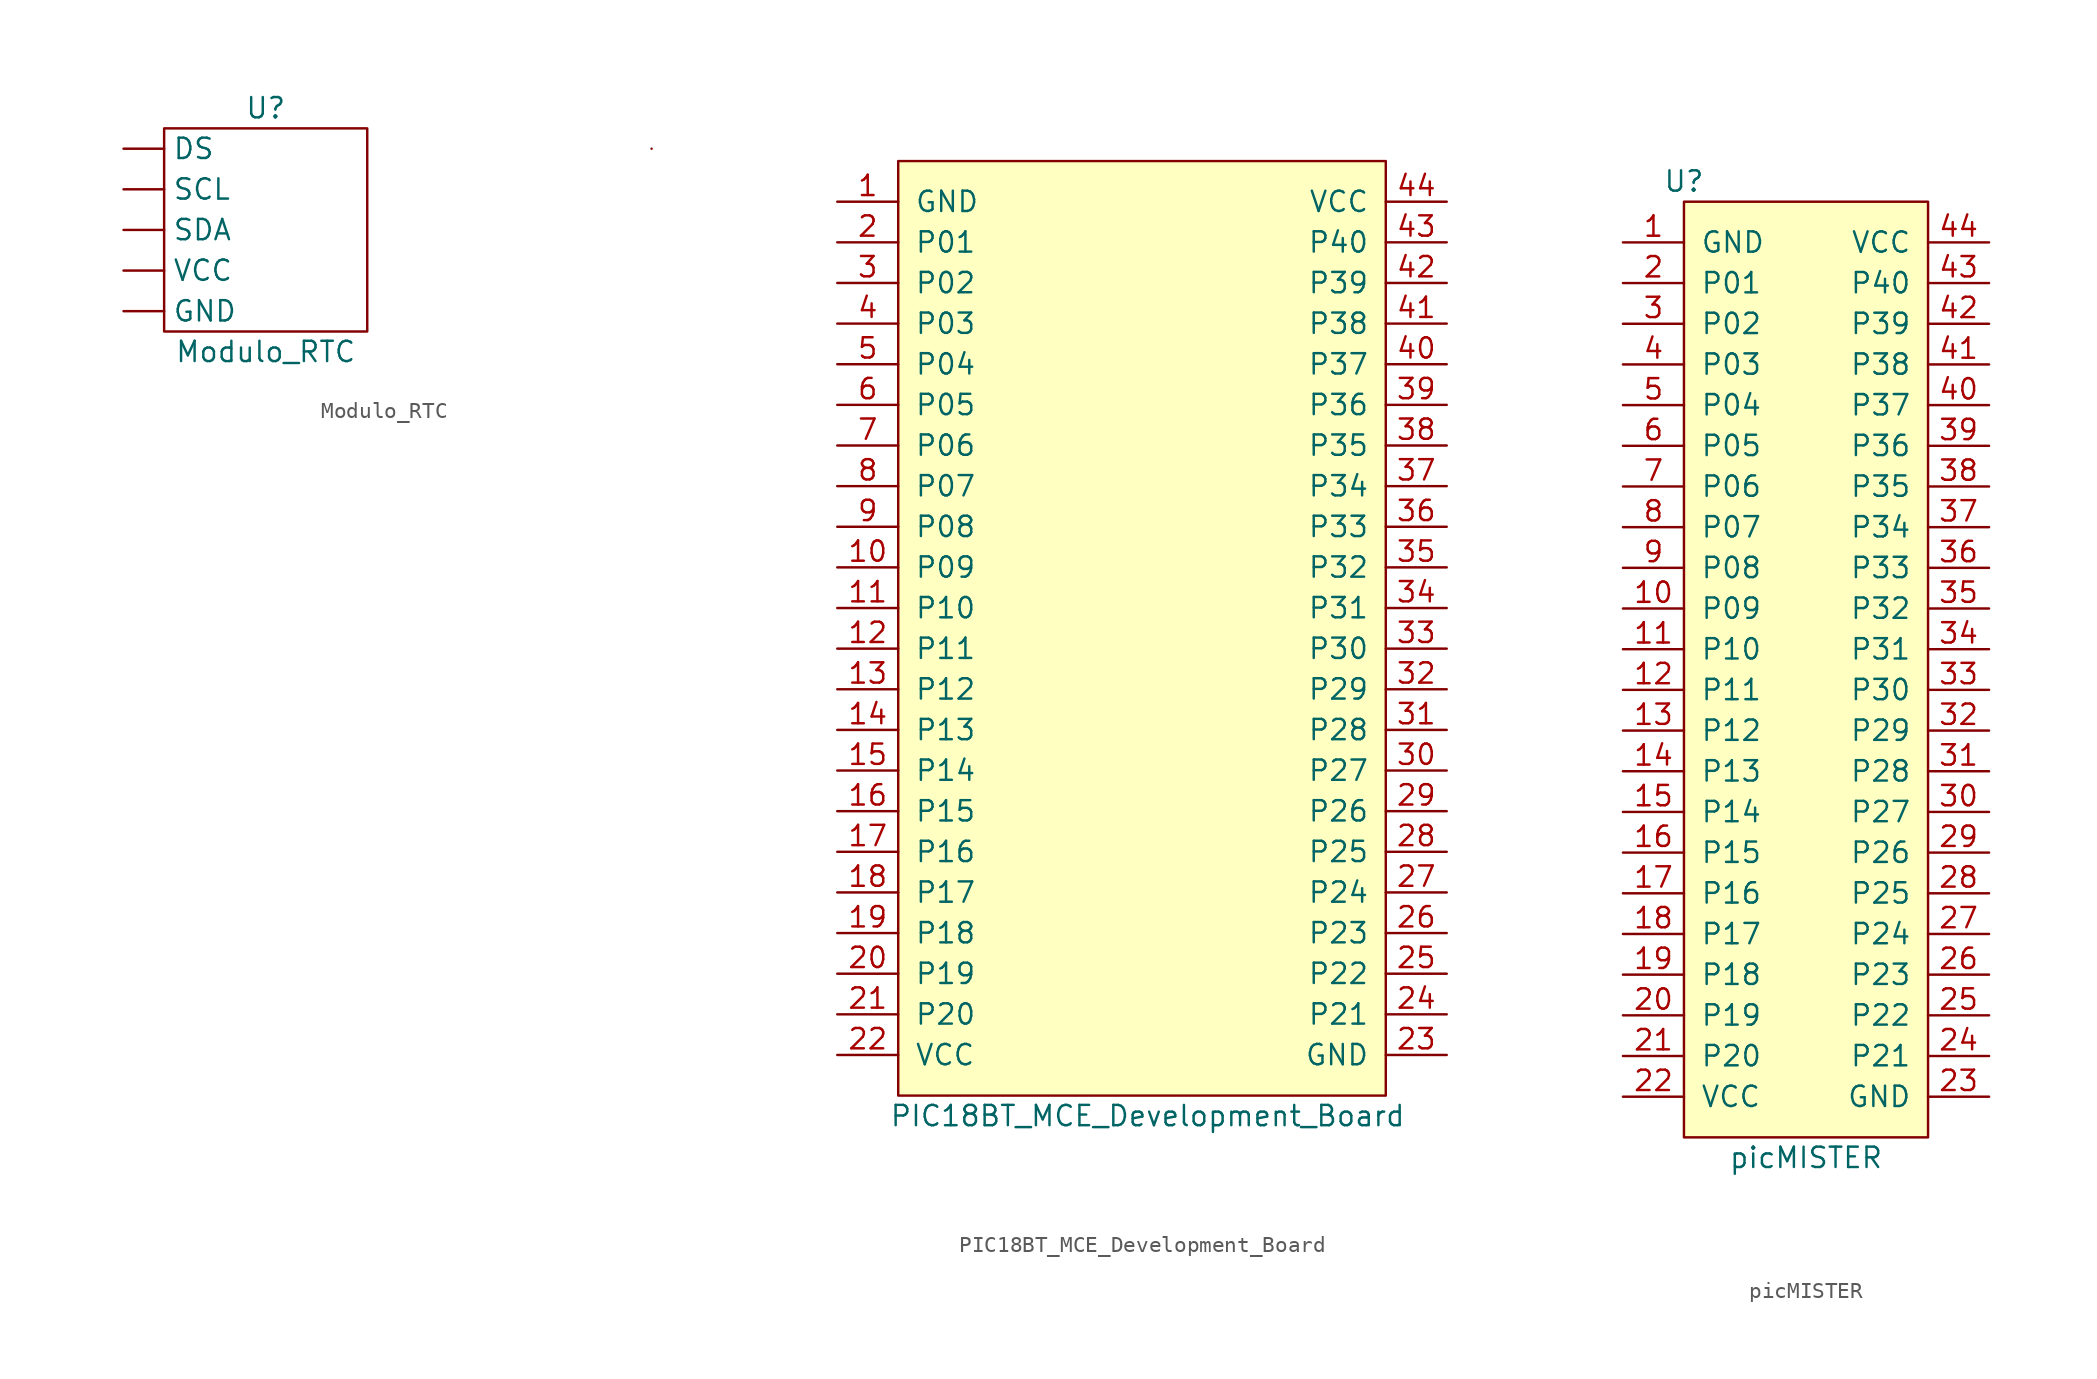
<source format=kicad_sym>
(kicad_symbol_lib
  (version 20211014)
  (generator kicad_symbol_editor)
  (symbol "Modulo_RTC"
    (property "Reference" "U"
      (at 0 8.89 0)
      (effects (font (size 1.27 1.27))))
    (property "Value" "Modulo_RTC"
      (at 0 -6.35 0)
      (effects (font (size 1.27 1.27))))
    (symbol "Modulo_RTC_0_1"
      (rectangle (start -6.35 7.62) (end 6.35 -5.08) (stroke (width 0) (type default) (color 0 0 0 0)) (fill (type none)))
      (rectangle (start 24.13 6.35) (end 24.13 6.35) (stroke (width 0) (type default) (color 0 0 0 0)) (fill (type none))))
    (symbol "Modulo_RTC_1_1"
      (pin output line (at -8.89 6.35 0) (length 2.54) (name "DS" (effects (font (size 1.27 1.27)))) (number "" (effects (font (size 1.27 1.27)))))
      (pin power_in line (at -8.89 -3.81 0) (length 2.54) (name "GND" (effects (font (size 1.27 1.27)))) (number "" (effects (font (size 1.27 1.27)))))
      (pin input line (at -8.89 3.81 0) (length 2.54) (name "SCL" (effects (font (size 1.27 1.27)))) (number "" (effects (font (size 1.27 1.27)))))
      (pin bidirectional line (at -8.89 1.27 0) (length 2.54) (name "SDA" (effects (font (size 1.27 1.27)))) (number "" (effects (font (size 1.27 1.27)))))
      (pin power_in line (at -8.89 -1.27 0) (length 2.54) (name "VCC" (effects (font (size 1.27 1.27)))) (number "" (effects (font (size 1.27 1.27)))))))
  (symbol "PIC18BT_MCE_Development_Board"
    (pin_names
      (offset 1.016))
    (property "Reference" "U?"
      (at -13.97 30.48 0)
      (effects (font (size 1.27 1.27)) hide))
    (property "Value" "PIC18BT_MCE_Development_Board"
      (at 16.51 -30.48 0)
      (effects (font (size 1.27 1.27)) (justify right)))
    (symbol "PIC18BT_MCE_Development_Board_1_1"
      (rectangle (start -15.24 29.21) (end 15.24 -29.21) (stroke (width 0) (type default) (color 0 0 0 0)) (fill (type background)))
      (pin power_in line (at -19.05 26.67 0) (length 3.81) (name "GND" (effects (font (size 1.27 1.27)))) (number "1" (effects (font (size 1.27 1.27)))))
      (pin bidirectional line (at -19.05 3.81 0) (length 3.81) (name "P09" (effects (font (size 1.27 1.27)))) (number "10" (effects (font (size 1.27 1.27)))))
      (pin bidirectional line (at -19.05 1.27 0) (length 3.81) (name "P10" (effects (font (size 1.27 1.27)))) (number "11" (effects (font (size 1.27 1.27)))))
      (pin bidirectional line (at -19.05 -1.27 0) (length 3.81) (name "P11" (effects (font (size 1.27 1.27)))) (number "12" (effects (font (size 1.27 1.27)))))
      (pin bidirectional line (at -19.05 -3.81 0) (length 3.81) (name "P12" (effects (font (size 1.27 1.27)))) (number "13" (effects (font (size 1.27 1.27)))))
      (pin bidirectional line (at -19.05 -6.35 0) (length 3.81) (name "P13" (effects (font (size 1.27 1.27)))) (number "14" (effects (font (size 1.27 1.27)))))
      (pin bidirectional line (at -19.05 -8.89 0) (length 3.81) (name "P14" (effects (font (size 1.27 1.27)))) (number "15" (effects (font (size 1.27 1.27)))))
      (pin bidirectional line (at -19.05 -11.43 0) (length 3.81) (name "P15" (effects (font (size 1.27 1.27)))) (number "16" (effects (font (size 1.27 1.27)))))
      (pin bidirectional line (at -19.05 -13.97 0) (length 3.81) (name "P16" (effects (font (size 1.27 1.27)))) (number "17" (effects (font (size 1.27 1.27)))))
      (pin bidirectional line (at -19.05 -16.51 0) (length 3.81) (name "P17" (effects (font (size 1.27 1.27)))) (number "18" (effects (font (size 1.27 1.27)))))
      (pin bidirectional line (at -19.05 -19.05 0) (length 3.81) (name "P18" (effects (font (size 1.27 1.27)))) (number "19" (effects (font (size 1.27 1.27)))))
      (pin bidirectional line (at -19.05 24.13 0) (length 3.81) (name "P01" (effects (font (size 1.27 1.27)))) (number "2" (effects (font (size 1.27 1.27)))))
      (pin bidirectional line (at -19.05 -21.59 0) (length 3.81) (name "P19" (effects (font (size 1.27 1.27)))) (number "20" (effects (font (size 1.27 1.27)))))
      (pin bidirectional line (at -19.05 -24.13 0) (length 3.81) (name "P20" (effects (font (size 1.27 1.27)))) (number "21" (effects (font (size 1.27 1.27)))))
      (pin power_in line (at -19.05 -26.67 0) (length 3.81) (name "VCC" (effects (font (size 1.27 1.27)))) (number "22" (effects (font (size 1.27 1.27)))))
      (pin power_in line (at 19.05 -26.67 180) (length 3.81) (name "GND" (effects (font (size 1.27 1.27)))) (number "23" (effects (font (size 1.27 1.27)))))
      (pin bidirectional line (at 19.05 -24.13 180) (length 3.81) (name "P21" (effects (font (size 1.27 1.27)))) (number "24" (effects (font (size 1.27 1.27)))))
      (pin bidirectional line (at 19.05 -21.59 180) (length 3.81) (name "P22" (effects (font (size 1.27 1.27)))) (number "25" (effects (font (size 1.27 1.27)))))
      (pin bidirectional line (at 19.05 -19.05 180) (length 3.81) (name "P23" (effects (font (size 1.27 1.27)))) (number "26" (effects (font (size 1.27 1.27)))))
      (pin bidirectional line (at 19.05 -16.51 180) (length 3.81) (name "P24" (effects (font (size 1.27 1.27)))) (number "27" (effects (font (size 1.27 1.27)))))
      (pin bidirectional line (at 19.05 -13.97 180) (length 3.81) (name "P25" (effects (font (size 1.27 1.27)))) (number "28" (effects (font (size 1.27 1.27)))))
      (pin bidirectional line (at 19.05 -11.43 180) (length 3.81) (name "P26" (effects (font (size 1.27 1.27)))) (number "29" (effects (font (size 1.27 1.27)))))
      (pin bidirectional line (at -19.05 21.59 0) (length 3.81) (name "P02" (effects (font (size 1.27 1.27)))) (number "3" (effects (font (size 1.27 1.27)))))
      (pin bidirectional line (at 19.05 -8.89 180) (length 3.81) (name "P27" (effects (font (size 1.27 1.27)))) (number "30" (effects (font (size 1.27 1.27)))))
      (pin bidirectional line (at 19.05 -6.35 180) (length 3.81) (name "P28" (effects (font (size 1.27 1.27)))) (number "31" (effects (font (size 1.27 1.27)))))
      (pin bidirectional line (at 19.05 -3.81 180) (length 3.81) (name "P29" (effects (font (size 1.27 1.27)))) (number "32" (effects (font (size 1.27 1.27)))))
      (pin bidirectional line (at 19.05 -1.27 180) (length 3.81) (name "P30" (effects (font (size 1.27 1.27)))) (number "33" (effects (font (size 1.27 1.27)))))
      (pin bidirectional line (at 19.05 1.27 180) (length 3.81) (name "P31" (effects (font (size 1.27 1.27)))) (number "34" (effects (font (size 1.27 1.27)))))
      (pin bidirectional line (at 19.05 3.81 180) (length 3.81) (name "P32" (effects (font (size 1.27 1.27)))) (number "35" (effects (font (size 1.27 1.27)))))
      (pin bidirectional line (at 19.05 6.35 180) (length 3.81) (name "P33" (effects (font (size 1.27 1.27)))) (number "36" (effects (font (size 1.27 1.27)))))
      (pin bidirectional line (at 19.05 8.89 180) (length 3.81) (name "P34" (effects (font (size 1.27 1.27)))) (number "37" (effects (font (size 1.27 1.27)))))
      (pin bidirectional line (at 19.05 11.43 180) (length 3.81) (name "P35" (effects (font (size 1.27 1.27)))) (number "38" (effects (font (size 1.27 1.27)))))
      (pin bidirectional line (at 19.05 13.97 180) (length 3.81) (name "P36" (effects (font (size 1.27 1.27)))) (number "39" (effects (font (size 1.27 1.27)))))
      (pin bidirectional line (at -19.05 19.05 0) (length 3.81) (name "P03" (effects (font (size 1.27 1.27)))) (number "4" (effects (font (size 1.27 1.27)))))
      (pin bidirectional line (at 19.05 16.51 180) (length 3.81) (name "P37" (effects (font (size 1.27 1.27)))) (number "40" (effects (font (size 1.27 1.27)))))
      (pin bidirectional line (at 19.05 19.05 180) (length 3.81) (name "P38" (effects (font (size 1.27 1.27)))) (number "41" (effects (font (size 1.27 1.27)))))
      (pin bidirectional line (at 19.05 21.59 180) (length 3.81) (name "P39" (effects (font (size 1.27 1.27)))) (number "42" (effects (font (size 1.27 1.27)))))
      (pin bidirectional line (at 19.05 24.13 180) (length 3.81) (name "P40" (effects (font (size 1.27 1.27)))) (number "43" (effects (font (size 1.27 1.27)))))
      (pin power_in line (at 19.05 26.67 180) (length 3.81) (name "VCC" (effects (font (size 1.27 1.27)))) (number "44" (effects (font (size 1.27 1.27)))))
      (pin bidirectional line (at -19.05 16.51 0) (length 3.81) (name "P04" (effects (font (size 1.27 1.27)))) (number "5" (effects (font (size 1.27 1.27)))))
      (pin bidirectional line (at -19.05 13.97 0) (length 3.81) (name "P05" (effects (font (size 1.27 1.27)))) (number "6" (effects (font (size 1.27 1.27)))))
      (pin bidirectional line (at -19.05 11.43 0) (length 3.81) (name "P06" (effects (font (size 1.27 1.27)))) (number "7" (effects (font (size 1.27 1.27)))))
      (pin bidirectional line (at -19.05 8.89 0) (length 3.81) (name "P07" (effects (font (size 1.27 1.27)))) (number "8" (effects (font (size 1.27 1.27)))))
      (pin bidirectional line (at -19.05 6.35 0) (length 3.81) (name "P08" (effects (font (size 1.27 1.27)))) (number "9" (effects (font (size 1.27 1.27)))))))
  (symbol "picMISTER"
    (pin_names
      (offset 1.016))
    (property "Reference" "U"
      (at -7.62 30.48 0)
      (effects (font (size 1.27 1.27))))
    (property "Value" "picMISTER"
      (at 0 -30.48 0)
      (effects (font (size 1.27 1.27))))
    (symbol "picMISTER_1_1"
      (rectangle (start -7.62 29.21) (end 7.62 -29.21) (stroke (width 0) (type default) (color 0 0 0 0)) (fill (type background)))
      (pin power_in line (at -11.43 26.67 0) (length 3.81) (name "GND" (effects (font (size 1.27 1.27)))) (number "1" (effects (font (size 1.27 1.27)))))
      (pin bidirectional line (at -11.43 3.81 0) (length 3.81) (name "P09" (effects (font (size 1.27 1.27)))) (number "10" (effects (font (size 1.27 1.27)))))
      (pin bidirectional line (at -11.43 1.27 0) (length 3.81) (name "P10" (effects (font (size 1.27 1.27)))) (number "11" (effects (font (size 1.27 1.27)))))
      (pin bidirectional line (at -11.43 -1.27 0) (length 3.81) (name "P11" (effects (font (size 1.27 1.27)))) (number "12" (effects (font (size 1.27 1.27)))))
      (pin bidirectional line (at -11.43 -3.81 0) (length 3.81) (name "P12" (effects (font (size 1.27 1.27)))) (number "13" (effects (font (size 1.27 1.27)))))
      (pin bidirectional line (at -11.43 -6.35 0) (length 3.81) (name "P13" (effects (font (size 1.27 1.27)))) (number "14" (effects (font (size 1.27 1.27)))))
      (pin bidirectional line (at -11.43 -8.89 0) (length 3.81) (name "P14" (effects (font (size 1.27 1.27)))) (number "15" (effects (font (size 1.27 1.27)))))
      (pin bidirectional line (at -11.43 -11.43 0) (length 3.81) (name "P15" (effects (font (size 1.27 1.27)))) (number "16" (effects (font (size 1.27 1.27)))))
      (pin bidirectional line (at -11.43 -13.97 0) (length 3.81) (name "P16" (effects (font (size 1.27 1.27)))) (number "17" (effects (font (size 1.27 1.27)))))
      (pin bidirectional line (at -11.43 -16.51 0) (length 3.81) (name "P17" (effects (font (size 1.27 1.27)))) (number "18" (effects (font (size 1.27 1.27)))))
      (pin bidirectional line (at -11.43 -19.05 0) (length 3.81) (name "P18" (effects (font (size 1.27 1.27)))) (number "19" (effects (font (size 1.27 1.27)))))
      (pin bidirectional line (at -11.43 24.13 0) (length 3.81) (name "P01" (effects (font (size 1.27 1.27)))) (number "2" (effects (font (size 1.27 1.27)))))
      (pin bidirectional line (at -11.43 -21.59 0) (length 3.81) (name "P19" (effects (font (size 1.27 1.27)))) (number "20" (effects (font (size 1.27 1.27)))))
      (pin bidirectional line (at -11.43 -24.13 0) (length 3.81) (name "P20" (effects (font (size 1.27 1.27)))) (number "21" (effects (font (size 1.27 1.27)))))
      (pin power_in line (at -11.43 -26.67 0) (length 3.81) (name "VCC" (effects (font (size 1.27 1.27)))) (number "22" (effects (font (size 1.27 1.27)))))
      (pin power_in line (at 11.43 -26.67 180) (length 3.81) (name "GND" (effects (font (size 1.27 1.27)))) (number "23" (effects (font (size 1.27 1.27)))))
      (pin bidirectional line (at 11.43 -24.13 180) (length 3.81) (name "P21" (effects (font (size 1.27 1.27)))) (number "24" (effects (font (size 1.27 1.27)))))
      (pin bidirectional line (at 11.43 -21.59 180) (length 3.81) (name "P22" (effects (font (size 1.27 1.27)))) (number "25" (effects (font (size 1.27 1.27)))))
      (pin bidirectional line (at 11.43 -19.05 180) (length 3.81) (name "P23" (effects (font (size 1.27 1.27)))) (number "26" (effects (font (size 1.27 1.27)))))
      (pin bidirectional line (at 11.43 -16.51 180) (length 3.81) (name "P24" (effects (font (size 1.27 1.27)))) (number "27" (effects (font (size 1.27 1.27)))))
      (pin bidirectional line (at 11.43 -13.97 180) (length 3.81) (name "P25" (effects (font (size 1.27 1.27)))) (number "28" (effects (font (size 1.27 1.27)))))
      (pin bidirectional line (at 11.43 -11.43 180) (length 3.81) (name "P26" (effects (font (size 1.27 1.27)))) (number "29" (effects (font (size 1.27 1.27)))))
      (pin bidirectional line (at -11.43 21.59 0) (length 3.81) (name "P02" (effects (font (size 1.27 1.27)))) (number "3" (effects (font (size 1.27 1.27)))))
      (pin bidirectional line (at 11.43 -8.89 180) (length 3.81) (name "P27" (effects (font (size 1.27 1.27)))) (number "30" (effects (font (size 1.27 1.27)))))
      (pin bidirectional line (at 11.43 -6.35 180) (length 3.81) (name "P28" (effects (font (size 1.27 1.27)))) (number "31" (effects (font (size 1.27 1.27)))))
      (pin bidirectional line (at 11.43 -3.81 180) (length 3.81) (name "P29" (effects (font (size 1.27 1.27)))) (number "32" (effects (font (size 1.27 1.27)))))
      (pin bidirectional line (at 11.43 -1.27 180) (length 3.81) (name "P30" (effects (font (size 1.27 1.27)))) (number "33" (effects (font (size 1.27 1.27)))))
      (pin bidirectional line (at 11.43 1.27 180) (length 3.81) (name "P31" (effects (font (size 1.27 1.27)))) (number "34" (effects (font (size 1.27 1.27)))))
      (pin bidirectional line (at 11.43 3.81 180) (length 3.81) (name "P32" (effects (font (size 1.27 1.27)))) (number "35" (effects (font (size 1.27 1.27)))))
      (pin bidirectional line (at 11.43 6.35 180) (length 3.81) (name "P33" (effects (font (size 1.27 1.27)))) (number "36" (effects (font (size 1.27 1.27)))))
      (pin bidirectional line (at 11.43 8.89 180) (length 3.81) (name "P34" (effects (font (size 1.27 1.27)))) (number "37" (effects (font (size 1.27 1.27)))))
      (pin bidirectional line (at 11.43 11.43 180) (length 3.81) (name "P35" (effects (font (size 1.27 1.27)))) (number "38" (effects (font (size 1.27 1.27)))))
      (pin bidirectional line (at 11.43 13.97 180) (length 3.81) (name "P36" (effects (font (size 1.27 1.27)))) (number "39" (effects (font (size 1.27 1.27)))))
      (pin bidirectional line (at -11.43 19.05 0) (length 3.81) (name "P03" (effects (font (size 1.27 1.27)))) (number "4" (effects (font (size 1.27 1.27)))))
      (pin bidirectional line (at 11.43 16.51 180) (length 3.81) (name "P37" (effects (font (size 1.27 1.27)))) (number "40" (effects (font (size 1.27 1.27)))))
      (pin bidirectional line (at 11.43 19.05 180) (length 3.81) (name "P38" (effects (font (size 1.27 1.27)))) (number "41" (effects (font (size 1.27 1.27)))))
      (pin bidirectional line (at 11.43 21.59 180) (length 3.81) (name "P39" (effects (font (size 1.27 1.27)))) (number "42" (effects (font (size 1.27 1.27)))))
      (pin bidirectional line (at 11.43 24.13 180) (length 3.81) (name "P40" (effects (font (size 1.27 1.27)))) (number "43" (effects (font (size 1.27 1.27)))))
      (pin power_in line (at 11.43 26.67 180) (length 3.81) (name "VCC" (effects (font (size 1.27 1.27)))) (number "44" (effects (font (size 1.27 1.27)))))
      (pin bidirectional line (at -11.43 16.51 0) (length 3.81) (name "P04" (effects (font (size 1.27 1.27)))) (number "5" (effects (font (size 1.27 1.27)))))
      (pin bidirectional line (at -11.43 13.97 0) (length 3.81) (name "P05" (effects (font (size 1.27 1.27)))) (number "6" (effects (font (size 1.27 1.27)))))
      (pin bidirectional line (at -11.43 11.43 0) (length 3.81) (name "P06" (effects (font (size 1.27 1.27)))) (number "7" (effects (font (size 1.27 1.27)))))
      (pin bidirectional line (at -11.43 8.89 0) (length 3.81) (name "P07" (effects (font (size 1.27 1.27)))) (number "8" (effects (font (size 1.27 1.27)))))
      (pin bidirectional line (at -11.43 6.35 0) (length 3.81) (name "P08" (effects (font (size 1.27 1.27)))) (number "9" (effects (font (size 1.27 1.27))))))))
</source>
